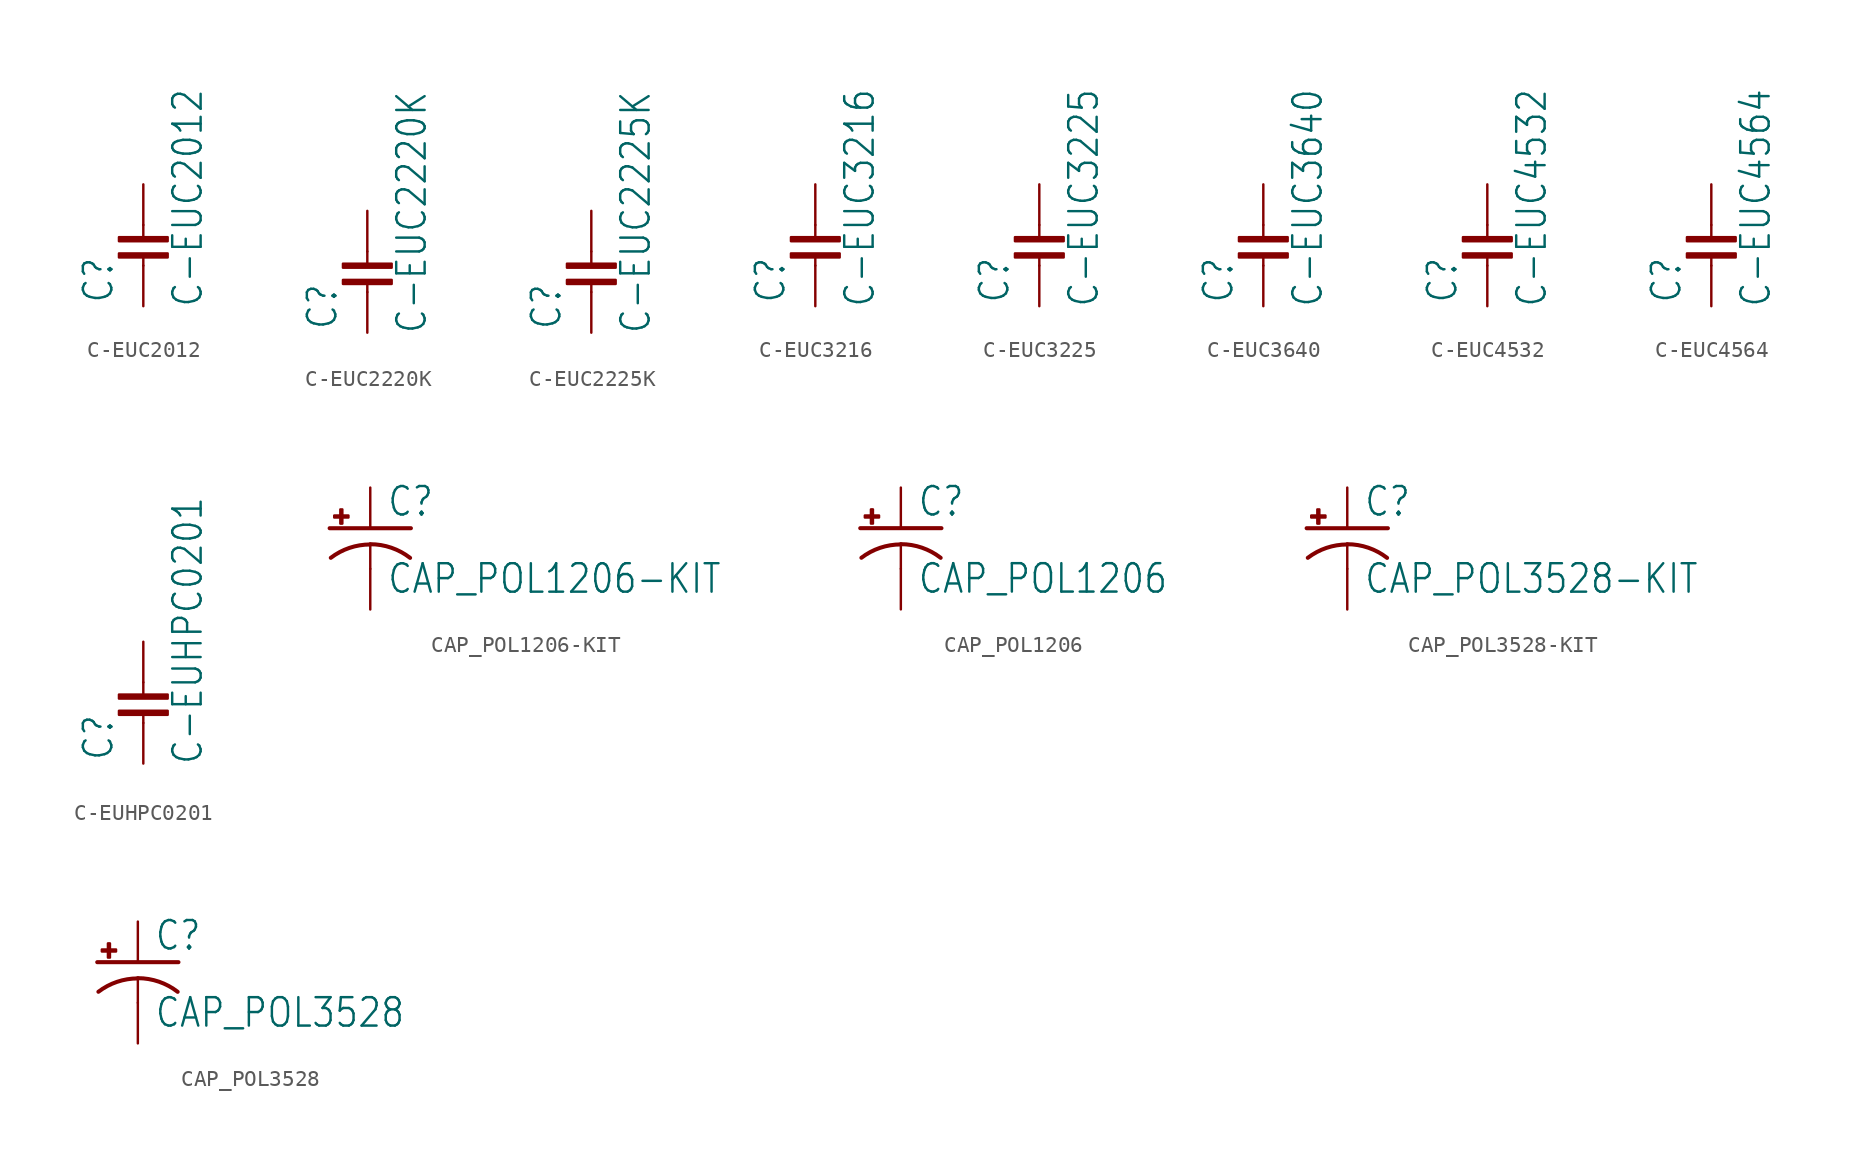
<source format=kicad_sym>
(kicad_symbol_lib
  (version 20211014)
  (generator kicad_symbol_editor)
  (symbol "C-EUC2012"
    (property "Reference" "C"
      (at -1.778 -4.953 90)
      (effects (font (size 1.778 1.511)) (justify left bottom)))
    (property "Value" "C-EUC2012"
      (at 3.81 -5.207 90)
      (effects (font (size 1.778 1.511)) (justify left bottom)))
    (property "ki_locked" ""
      (at 0 0 0)
      (effects (font (size 1.27 1.27))))
    (symbol "C-EUC2012_1_0"
      (rectangle (start -1.524 -2.032) (end 1.524 -1.778) (stroke (width 0) (type default) (color 0 0 0 0)) (fill (type outline)))
      (rectangle (start -1.524 -1.016) (end 1.524 -0.762) (stroke (width 0) (type default) (color 0 0 0 0)) (fill (type outline)))
      (polyline (pts (xy 0 -2.54) (xy 0 -2.032)) (stroke (width 0.152) (type default) (color 0 0 0 0)) (fill (type none)))
      (polyline (pts (xy 0 0) (xy 0 -0.762)) (stroke (width 0.152) (type default) (color 0 0 0 0)) (fill (type none)))
      (pin passive line (at 0 2.54 270) (length 2.54) (name "1" (effects (font (size 0 0)))) (number "1" (effects (font (size 0 0)))))
      (pin passive line (at 0 -5.08 90) (length 2.54) (name "2" (effects (font (size 0 0)))) (number "2" (effects (font (size 0 0)))))))
  (symbol "C-EUC2220K"
    (property "Reference" "C"
      (at -1.778 -4.953 90)
      (effects (font (size 1.778 1.511)) (justify left bottom)))
    (property "Value" "C-EUC2220K"
      (at 3.81 -5.207 90)
      (effects (font (size 1.778 1.511)) (justify left bottom)))
    (property "ki_locked" ""
      (at 0 0 0)
      (effects (font (size 1.27 1.27))))
    (symbol "C-EUC2220K_1_0"
      (rectangle (start -1.524 -2.032) (end 1.524 -1.778) (stroke (width 0) (type default) (color 0 0 0 0)) (fill (type outline)))
      (rectangle (start -1.524 -1.016) (end 1.524 -0.762) (stroke (width 0) (type default) (color 0 0 0 0)) (fill (type outline)))
      (polyline (pts (xy 0 -2.54) (xy 0 -2.032)) (stroke (width 0.152) (type default) (color 0 0 0 0)) (fill (type none)))
      (polyline (pts (xy 0 0) (xy 0 -0.762)) (stroke (width 0.152) (type default) (color 0 0 0 0)) (fill (type none)))
      (pin passive line (at 0 2.54 270) (length 2.54) (name "1" (effects (font (size 0 0)))) (number "1" (effects (font (size 0 0)))))
      (pin passive line (at 0 -5.08 90) (length 2.54) (name "2" (effects (font (size 0 0)))) (number "2" (effects (font (size 0 0)))))))
  (symbol "C-EUC2225K"
    (property "Reference" "C"
      (at -1.778 -4.953 90)
      (effects (font (size 1.778 1.511)) (justify left bottom)))
    (property "Value" "C-EUC2225K"
      (at 3.81 -5.207 90)
      (effects (font (size 1.778 1.511)) (justify left bottom)))
    (property "ki_locked" ""
      (at 0 0 0)
      (effects (font (size 1.27 1.27))))
    (symbol "C-EUC2225K_1_0"
      (rectangle (start -1.524 -2.032) (end 1.524 -1.778) (stroke (width 0) (type default) (color 0 0 0 0)) (fill (type outline)))
      (rectangle (start -1.524 -1.016) (end 1.524 -0.762) (stroke (width 0) (type default) (color 0 0 0 0)) (fill (type outline)))
      (polyline (pts (xy 0 -2.54) (xy 0 -2.032)) (stroke (width 0.152) (type default) (color 0 0 0 0)) (fill (type none)))
      (polyline (pts (xy 0 0) (xy 0 -0.762)) (stroke (width 0.152) (type default) (color 0 0 0 0)) (fill (type none)))
      (pin passive line (at 0 2.54 270) (length 2.54) (name "1" (effects (font (size 0 0)))) (number "1" (effects (font (size 0 0)))))
      (pin passive line (at 0 -5.08 90) (length 2.54) (name "2" (effects (font (size 0 0)))) (number "2" (effects (font (size 0 0)))))))
  (symbol "C-EUC3216"
    (property "Reference" "C"
      (at -1.778 -4.953 90)
      (effects (font (size 1.778 1.511)) (justify left bottom)))
    (property "Value" "C-EUC3216"
      (at 3.81 -5.207 90)
      (effects (font (size 1.778 1.511)) (justify left bottom)))
    (property "ki_locked" ""
      (at 0 0 0)
      (effects (font (size 1.27 1.27))))
    (symbol "C-EUC3216_1_0"
      (rectangle (start -1.524 -2.032) (end 1.524 -1.778) (stroke (width 0) (type default) (color 0 0 0 0)) (fill (type outline)))
      (rectangle (start -1.524 -1.016) (end 1.524 -0.762) (stroke (width 0) (type default) (color 0 0 0 0)) (fill (type outline)))
      (polyline (pts (xy 0 -2.54) (xy 0 -2.032)) (stroke (width 0.152) (type default) (color 0 0 0 0)) (fill (type none)))
      (polyline (pts (xy 0 0) (xy 0 -0.762)) (stroke (width 0.152) (type default) (color 0 0 0 0)) (fill (type none)))
      (pin passive line (at 0 2.54 270) (length 2.54) (name "1" (effects (font (size 0 0)))) (number "1" (effects (font (size 0 0)))))
      (pin passive line (at 0 -5.08 90) (length 2.54) (name "2" (effects (font (size 0 0)))) (number "2" (effects (font (size 0 0)))))))
  (symbol "C-EUC3225"
    (property "Reference" "C"
      (at -1.778 -4.953 90)
      (effects (font (size 1.778 1.511)) (justify left bottom)))
    (property "Value" "C-EUC3225"
      (at 3.81 -5.207 90)
      (effects (font (size 1.778 1.511)) (justify left bottom)))
    (property "ki_locked" ""
      (at 0 0 0)
      (effects (font (size 1.27 1.27))))
    (symbol "C-EUC3225_1_0"
      (rectangle (start -1.524 -2.032) (end 1.524 -1.778) (stroke (width 0) (type default) (color 0 0 0 0)) (fill (type outline)))
      (rectangle (start -1.524 -1.016) (end 1.524 -0.762) (stroke (width 0) (type default) (color 0 0 0 0)) (fill (type outline)))
      (polyline (pts (xy 0 -2.54) (xy 0 -2.032)) (stroke (width 0.152) (type default) (color 0 0 0 0)) (fill (type none)))
      (polyline (pts (xy 0 0) (xy 0 -0.762)) (stroke (width 0.152) (type default) (color 0 0 0 0)) (fill (type none)))
      (pin passive line (at 0 2.54 270) (length 2.54) (name "1" (effects (font (size 0 0)))) (number "1" (effects (font (size 0 0)))))
      (pin passive line (at 0 -5.08 90) (length 2.54) (name "2" (effects (font (size 0 0)))) (number "2" (effects (font (size 0 0)))))))
  (symbol "C-EUC3640"
    (property "Reference" "C"
      (at -1.778 -4.953 90)
      (effects (font (size 1.778 1.511)) (justify left bottom)))
    (property "Value" "C-EUC3640"
      (at 3.81 -5.207 90)
      (effects (font (size 1.778 1.511)) (justify left bottom)))
    (property "ki_locked" ""
      (at 0 0 0)
      (effects (font (size 1.27 1.27))))
    (symbol "C-EUC3640_1_0"
      (rectangle (start -1.524 -2.032) (end 1.524 -1.778) (stroke (width 0) (type default) (color 0 0 0 0)) (fill (type outline)))
      (rectangle (start -1.524 -1.016) (end 1.524 -0.762) (stroke (width 0) (type default) (color 0 0 0 0)) (fill (type outline)))
      (polyline (pts (xy 0 -2.54) (xy 0 -2.032)) (stroke (width 0.152) (type default) (color 0 0 0 0)) (fill (type none)))
      (polyline (pts (xy 0 0) (xy 0 -0.762)) (stroke (width 0.152) (type default) (color 0 0 0 0)) (fill (type none)))
      (pin passive line (at 0 2.54 270) (length 2.54) (name "1" (effects (font (size 0 0)))) (number "1" (effects (font (size 0 0)))))
      (pin passive line (at 0 -5.08 90) (length 2.54) (name "2" (effects (font (size 0 0)))) (number "2" (effects (font (size 0 0)))))))
  (symbol "C-EUC4532"
    (property "Reference" "C"
      (at -1.778 -4.953 90)
      (effects (font (size 1.778 1.511)) (justify left bottom)))
    (property "Value" "C-EUC4532"
      (at 3.81 -5.207 90)
      (effects (font (size 1.778 1.511)) (justify left bottom)))
    (property "ki_locked" ""
      (at 0 0 0)
      (effects (font (size 1.27 1.27))))
    (symbol "C-EUC4532_1_0"
      (rectangle (start -1.524 -2.032) (end 1.524 -1.778) (stroke (width 0) (type default) (color 0 0 0 0)) (fill (type outline)))
      (rectangle (start -1.524 -1.016) (end 1.524 -0.762) (stroke (width 0) (type default) (color 0 0 0 0)) (fill (type outline)))
      (polyline (pts (xy 0 -2.54) (xy 0 -2.032)) (stroke (width 0.152) (type default) (color 0 0 0 0)) (fill (type none)))
      (polyline (pts (xy 0 0) (xy 0 -0.762)) (stroke (width 0.152) (type default) (color 0 0 0 0)) (fill (type none)))
      (pin passive line (at 0 2.54 270) (length 2.54) (name "1" (effects (font (size 0 0)))) (number "1" (effects (font (size 0 0)))))
      (pin passive line (at 0 -5.08 90) (length 2.54) (name "2" (effects (font (size 0 0)))) (number "2" (effects (font (size 0 0)))))))
  (symbol "C-EUC4564"
    (property "Reference" "C"
      (at -1.778 -4.953 90)
      (effects (font (size 1.778 1.511)) (justify left bottom)))
    (property "Value" "C-EUC4564"
      (at 3.81 -5.207 90)
      (effects (font (size 1.778 1.511)) (justify left bottom)))
    (property "ki_locked" ""
      (at 0 0 0)
      (effects (font (size 1.27 1.27))))
    (symbol "C-EUC4564_1_0"
      (rectangle (start -1.524 -2.032) (end 1.524 -1.778) (stroke (width 0) (type default) (color 0 0 0 0)) (fill (type outline)))
      (rectangle (start -1.524 -1.016) (end 1.524 -0.762) (stroke (width 0) (type default) (color 0 0 0 0)) (fill (type outline)))
      (polyline (pts (xy 0 -2.54) (xy 0 -2.032)) (stroke (width 0.152) (type default) (color 0 0 0 0)) (fill (type none)))
      (polyline (pts (xy 0 0) (xy 0 -0.762)) (stroke (width 0.152) (type default) (color 0 0 0 0)) (fill (type none)))
      (pin passive line (at 0 2.54 270) (length 2.54) (name "1" (effects (font (size 0 0)))) (number "1" (effects (font (size 0 0)))))
      (pin passive line (at 0 -5.08 90) (length 2.54) (name "2" (effects (font (size 0 0)))) (number "2" (effects (font (size 0 0)))))))
  (symbol "C-EUHPC0201"
    (property "Reference" "C"
      (at -1.778 -4.953 90)
      (effects (font (size 1.778 1.511)) (justify left bottom)))
    (property "Value" "C-EUHPC0201"
      (at 3.81 -5.207 90)
      (effects (font (size 1.778 1.511)) (justify left bottom)))
    (property "ki_locked" ""
      (at 0 0 0)
      (effects (font (size 1.27 1.27))))
    (symbol "C-EUHPC0201_1_0"
      (rectangle (start -1.524 -2.032) (end 1.524 -1.778) (stroke (width 0) (type default) (color 0 0 0 0)) (fill (type outline)))
      (rectangle (start -1.524 -1.016) (end 1.524 -0.762) (stroke (width 0) (type default) (color 0 0 0 0)) (fill (type outline)))
      (polyline (pts (xy 0 -2.54) (xy 0 -2.032)) (stroke (width 0.152) (type default) (color 0 0 0 0)) (fill (type none)))
      (polyline (pts (xy 0 0) (xy 0 -0.762)) (stroke (width 0.152) (type default) (color 0 0 0 0)) (fill (type none)))
      (pin passive line (at 0 2.54 270) (length 2.54) (name "1" (effects (font (size 0 0)))) (number "1" (effects (font (size 0 0)))))
      (pin passive line (at 0 -5.08 90) (length 2.54) (name "2" (effects (font (size 0 0)))) (number "2" (effects (font (size 0 0)))))))
  (symbol "CAP_POL1206-KIT"
    (property "Reference" "C"
      (at 1.016 0.635 0)
      (effects (font (size 1.778 1.511)) (justify left bottom)))
    (property "Value" "CAP_POL1206-KIT"
      (at 1.016 -4.191 0)
      (effects (font (size 1.778 1.511)) (justify left bottom)))
    (property "ki_locked" ""
      (at 0 0 0)
      (effects (font (size 1.27 1.27))))
    (symbol "CAP_POL1206-KIT_1_0"
      (rectangle (start -2.253 0.668) (end -1.364 0.795) (stroke (width 0) (type default) (color 0 0 0 0)) (fill (type outline)))
      (rectangle (start -1.872 0.287) (end -1.745 1.176) (stroke (width 0) (type default) (color 0 0 0 0)) (fill (type outline)))
      (arc (start 0 -1.0161) (mid -1.3021 -1.2303) (end -2.4669 -1.8504) (stroke (width 0.254) (type default) (color 0 0 0 0)) (fill (type none)))
      (polyline (pts (xy -2.54 0) (xy 2.54 0)) (stroke (width 0.254) (type default) (color 0 0 0 0)) (fill (type none)))
      (polyline (pts (xy 0 -1.016) (xy 0 -2.54)) (stroke (width 0.152) (type default) (color 0 0 0 0)) (fill (type none)))
      (arc (start 2.4892 -1.8542) (mid 1.3158 -1.2195) (end 0 -1) (stroke (width 0.254) (type default) (color 0 0 0 0)) (fill (type none)))
      (pin passive line (at 0 2.54 270) (length 2.54) (name "+" (effects (font (size 0 0)))) (number "A" (effects (font (size 0 0)))))
      (pin passive line (at 0 -5.08 90) (length 2.54) (name "-" (effects (font (size 0 0)))) (number "C" (effects (font (size 0 0)))))))
  (symbol "CAP_POL1206"
    (property "Reference" "C"
      (at 1.016 0.635 0)
      (effects (font (size 1.778 1.511)) (justify left bottom)))
    (property "Value" "CAP_POL1206"
      (at 1.016 -4.191 0)
      (effects (font (size 1.778 1.511)) (justify left bottom)))
    (property "ki_locked" ""
      (at 0 0 0)
      (effects (font (size 1.27 1.27))))
    (symbol "CAP_POL1206_1_0"
      (rectangle (start -2.253 0.668) (end -1.364 0.795) (stroke (width 0) (type default) (color 0 0 0 0)) (fill (type outline)))
      (rectangle (start -1.872 0.287) (end -1.745 1.176) (stroke (width 0) (type default) (color 0 0 0 0)) (fill (type outline)))
      (arc (start 0 -1.0161) (mid -1.3021 -1.2303) (end -2.4669 -1.8504) (stroke (width 0.254) (type default) (color 0 0 0 0)) (fill (type none)))
      (polyline (pts (xy -2.54 0) (xy 2.54 0)) (stroke (width 0.254) (type default) (color 0 0 0 0)) (fill (type none)))
      (polyline (pts (xy 0 -1.016) (xy 0 -2.54)) (stroke (width 0.152) (type default) (color 0 0 0 0)) (fill (type none)))
      (arc (start 2.4892 -1.8542) (mid 1.3158 -1.2195) (end 0 -1) (stroke (width 0.254) (type default) (color 0 0 0 0)) (fill (type none)))
      (pin passive line (at 0 2.54 270) (length 2.54) (name "+" (effects (font (size 0 0)))) (number "A" (effects (font (size 0 0)))))
      (pin passive line (at 0 -5.08 90) (length 2.54) (name "-" (effects (font (size 0 0)))) (number "C" (effects (font (size 0 0)))))))
  (symbol "CAP_POL3528-KIT"
    (property "Reference" "C"
      (at 1.016 0.635 0)
      (effects (font (size 1.778 1.511)) (justify left bottom)))
    (property "Value" "CAP_POL3528-KIT"
      (at 1.016 -4.191 0)
      (effects (font (size 1.778 1.511)) (justify left bottom)))
    (property "ki_locked" ""
      (at 0 0 0)
      (effects (font (size 1.27 1.27))))
    (symbol "CAP_POL3528-KIT_1_0"
      (rectangle (start -2.253 0.668) (end -1.364 0.795) (stroke (width 0) (type default) (color 0 0 0 0)) (fill (type outline)))
      (rectangle (start -1.872 0.287) (end -1.745 1.176) (stroke (width 0) (type default) (color 0 0 0 0)) (fill (type outline)))
      (arc (start 0 -1.0161) (mid -1.3021 -1.2303) (end -2.4669 -1.8504) (stroke (width 0.254) (type default) (color 0 0 0 0)) (fill (type none)))
      (polyline (pts (xy -2.54 0) (xy 2.54 0)) (stroke (width 0.254) (type default) (color 0 0 0 0)) (fill (type none)))
      (polyline (pts (xy 0 -1.016) (xy 0 -2.54)) (stroke (width 0.152) (type default) (color 0 0 0 0)) (fill (type none)))
      (arc (start 2.4892 -1.8542) (mid 1.3158 -1.2195) (end 0 -1) (stroke (width 0.254) (type default) (color 0 0 0 0)) (fill (type none)))
      (pin passive line (at 0 2.54 270) (length 2.54) (name "+" (effects (font (size 0 0)))) (number "A" (effects (font (size 0 0)))))
      (pin passive line (at 0 -5.08 90) (length 2.54) (name "-" (effects (font (size 0 0)))) (number "C" (effects (font (size 0 0)))))))
  (symbol "CAP_POL3528"
    (property "Reference" "C"
      (at 1.016 0.635 0)
      (effects (font (size 1.778 1.511)) (justify left bottom)))
    (property "Value" "CAP_POL3528"
      (at 1.016 -4.191 0)
      (effects (font (size 1.778 1.511)) (justify left bottom)))
    (property "ki_locked" ""
      (at 0 0 0)
      (effects (font (size 1.27 1.27))))
    (symbol "CAP_POL3528_1_0"
      (rectangle (start -2.253 0.668) (end -1.364 0.795) (stroke (width 0) (type default) (color 0 0 0 0)) (fill (type outline)))
      (rectangle (start -1.872 0.287) (end -1.745 1.176) (stroke (width 0) (type default) (color 0 0 0 0)) (fill (type outline)))
      (arc (start 0 -1.0161) (mid -1.3021 -1.2303) (end -2.4669 -1.8504) (stroke (width 0.254) (type default) (color 0 0 0 0)) (fill (type none)))
      (polyline (pts (xy -2.54 0) (xy 2.54 0)) (stroke (width 0.254) (type default) (color 0 0 0 0)) (fill (type none)))
      (polyline (pts (xy 0 -1.016) (xy 0 -2.54)) (stroke (width 0.152) (type default) (color 0 0 0 0)) (fill (type none)))
      (arc (start 2.4892 -1.8542) (mid 1.3158 -1.2195) (end 0 -1) (stroke (width 0.254) (type default) (color 0 0 0 0)) (fill (type none)))
      (pin passive line (at 0 2.54 270) (length 2.54) (name "+" (effects (font (size 0 0)))) (number "A" (effects (font (size 0 0)))))
      (pin passive line (at 0 -5.08 90) (length 2.54) (name "-" (effects (font (size 0 0)))) (number "C" (effects (font (size 0 0))))))))
</source>
